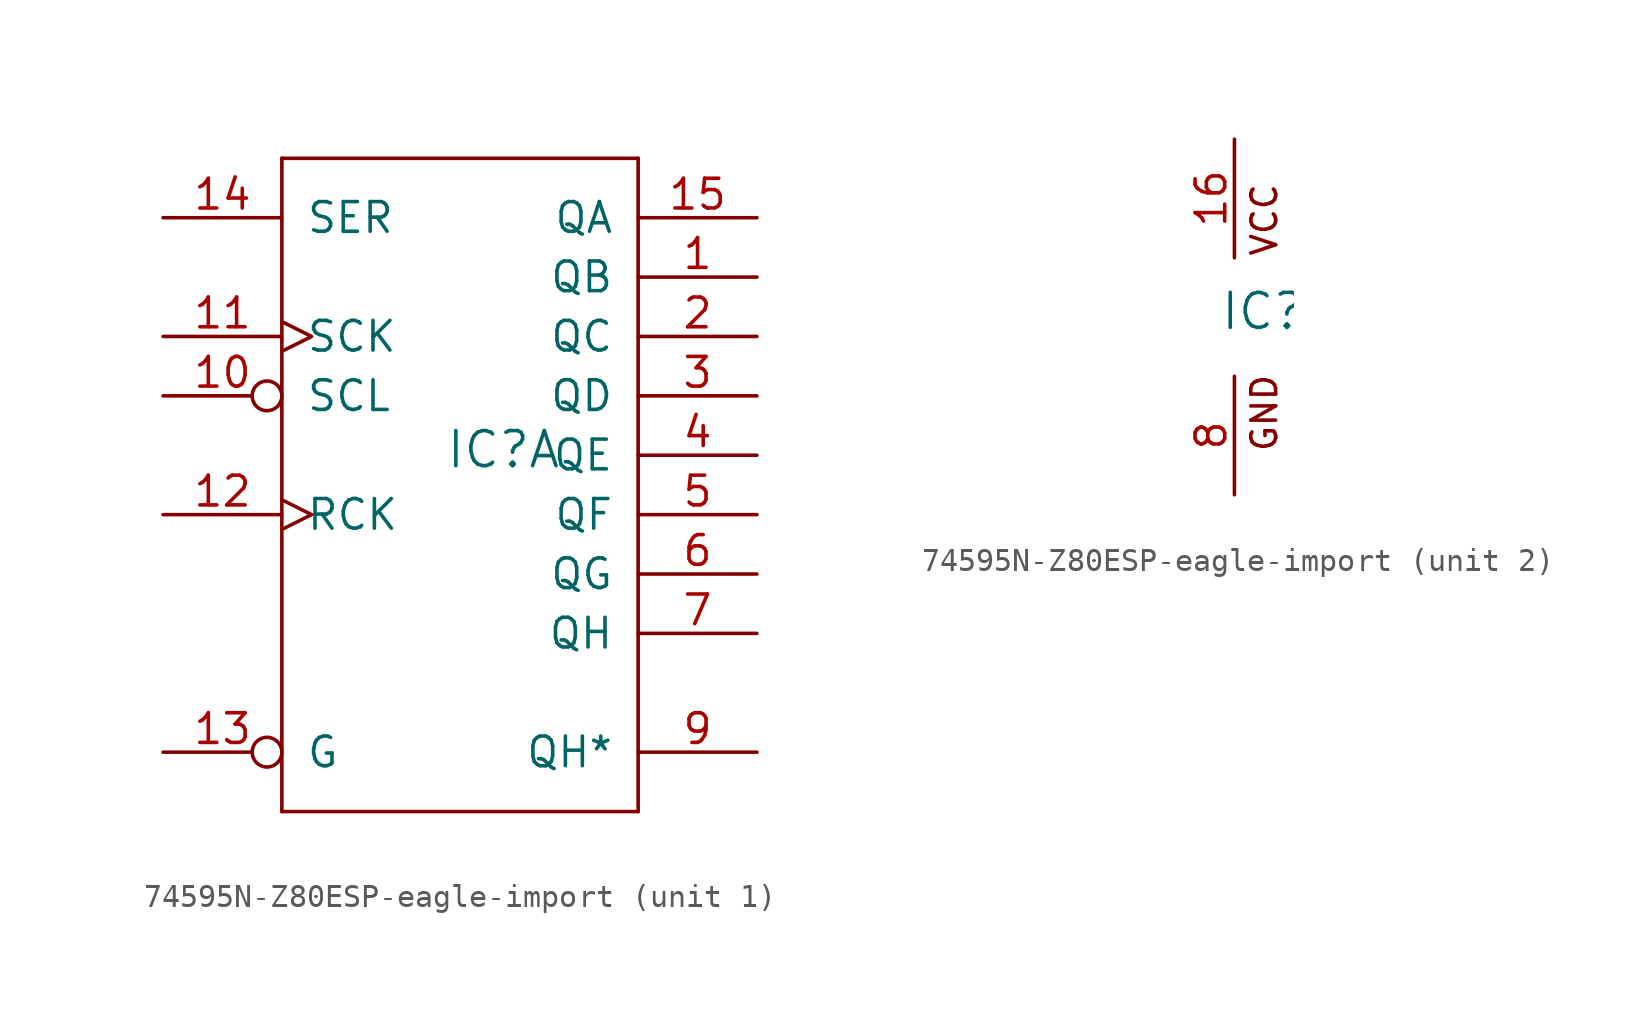
<source format=kicad_sym>
(kicad_symbol_lib
  (version 20220914)
  (generator kicad_symbol_editor)
  (symbol "74595N-Z80ESP-eagle-import"
    (pin_names
      (offset 1.016))
    (property "Reference" "IC"
      (at -0.635 -0.635 0)
      (effects (font (size 1.499 1.499)) (justify left bottom)))
    (property "ki_locked" ""
      (at 0 0 0)
      (effects (font (size 1.27 1.27))))
    (symbol "74595N-Z80ESP-eagle-import_1_0"
      (polyline (pts (xy -7.62 -15.24) (xy 7.62 -15.24)) (stroke (width 0) (type solid)) (fill (type none)))
      (polyline (pts (xy -7.62 12.7) (xy -7.62 -15.24)) (stroke (width 0) (type solid)) (fill (type none)))
      (polyline (pts (xy 7.62 -15.24) (xy 7.62 12.7)) (stroke (width 0) (type solid)) (fill (type none)))
      (polyline (pts (xy 7.62 12.7) (xy -7.62 12.7)) (stroke (width 0) (type solid)) (fill (type none)))
      (pin tri_state line (at 12.7 7.62 180) (length 5.08) (name "QB" (effects (font (size 1.27 1.27)))) (number "1" (effects (font (size 1.27 1.27)))))
      (pin input inverted (at -12.7 2.54 0) (length 5.08) (name "SCL" (effects (font (size 1.27 1.27)))) (number "10" (effects (font (size 1.27 1.27)))))
      (pin input clock (at -12.7 5.08 0) (length 5.08) (name "SCK" (effects (font (size 1.27 1.27)))) (number "11" (effects (font (size 1.27 1.27)))))
      (pin input clock (at -12.7 -2.54 0) (length 5.08) (name "RCK" (effects (font (size 1.27 1.27)))) (number "12" (effects (font (size 1.27 1.27)))))
      (pin input inverted (at -12.7 -12.7 0) (length 5.08) (name "G" (effects (font (size 1.27 1.27)))) (number "13" (effects (font (size 1.27 1.27)))))
      (pin input line (at -12.7 10.16 0) (length 5.08) (name "SER" (effects (font (size 1.27 1.27)))) (number "14" (effects (font (size 1.27 1.27)))))
      (pin tri_state line (at 12.7 10.16 180) (length 5.08) (name "QA" (effects (font (size 1.27 1.27)))) (number "15" (effects (font (size 1.27 1.27)))))
      (pin tri_state line (at 12.7 5.08 180) (length 5.08) (name "QC" (effects (font (size 1.27 1.27)))) (number "2" (effects (font (size 1.27 1.27)))))
      (pin tri_state line (at 12.7 2.54 180) (length 5.08) (name "QD" (effects (font (size 1.27 1.27)))) (number "3" (effects (font (size 1.27 1.27)))))
      (pin tri_state line (at 12.7 0 180) (length 5.08) (name "QE" (effects (font (size 1.27 1.27)))) (number "4" (effects (font (size 1.27 1.27)))))
      (pin tri_state line (at 12.7 -2.54 180) (length 5.08) (name "QF" (effects (font (size 1.27 1.27)))) (number "5" (effects (font (size 1.27 1.27)))))
      (pin tri_state line (at 12.7 -5.08 180) (length 5.08) (name "QG" (effects (font (size 1.27 1.27)))) (number "6" (effects (font (size 1.27 1.27)))))
      (pin tri_state line (at 12.7 -7.62 180) (length 5.08) (name "QH" (effects (font (size 1.27 1.27)))) (number "7" (effects (font (size 1.27 1.27)))))
      (pin tri_state line (at 12.7 -12.7 180) (length 5.08) (name "QH*" (effects (font (size 1.27 1.27)))) (number "9" (effects (font (size 1.27 1.27))))))
    (symbol "74595N-Z80ESP-eagle-import_2_0"
      (text "GND" (at 1.905 -5.842 900) (effects (font (size 1.067 1.067)) (justify left bottom)))
      (text "VCC" (at 1.905 2.54 900) (effects (font (size 1.067 1.067)) (justify left bottom)))
      (pin power_in line (at 0 7.62 270) (length 5.08) (name "VCC" (effects (font (size 0 0)))) (number "16" (effects (font (size 1.27 1.27)))))
      (pin power_in line (at 0 -7.62 90) (length 5.08) (name "GND" (effects (font (size 0 0)))) (number "8" (effects (font (size 1.27 1.27))))))))
</source>
